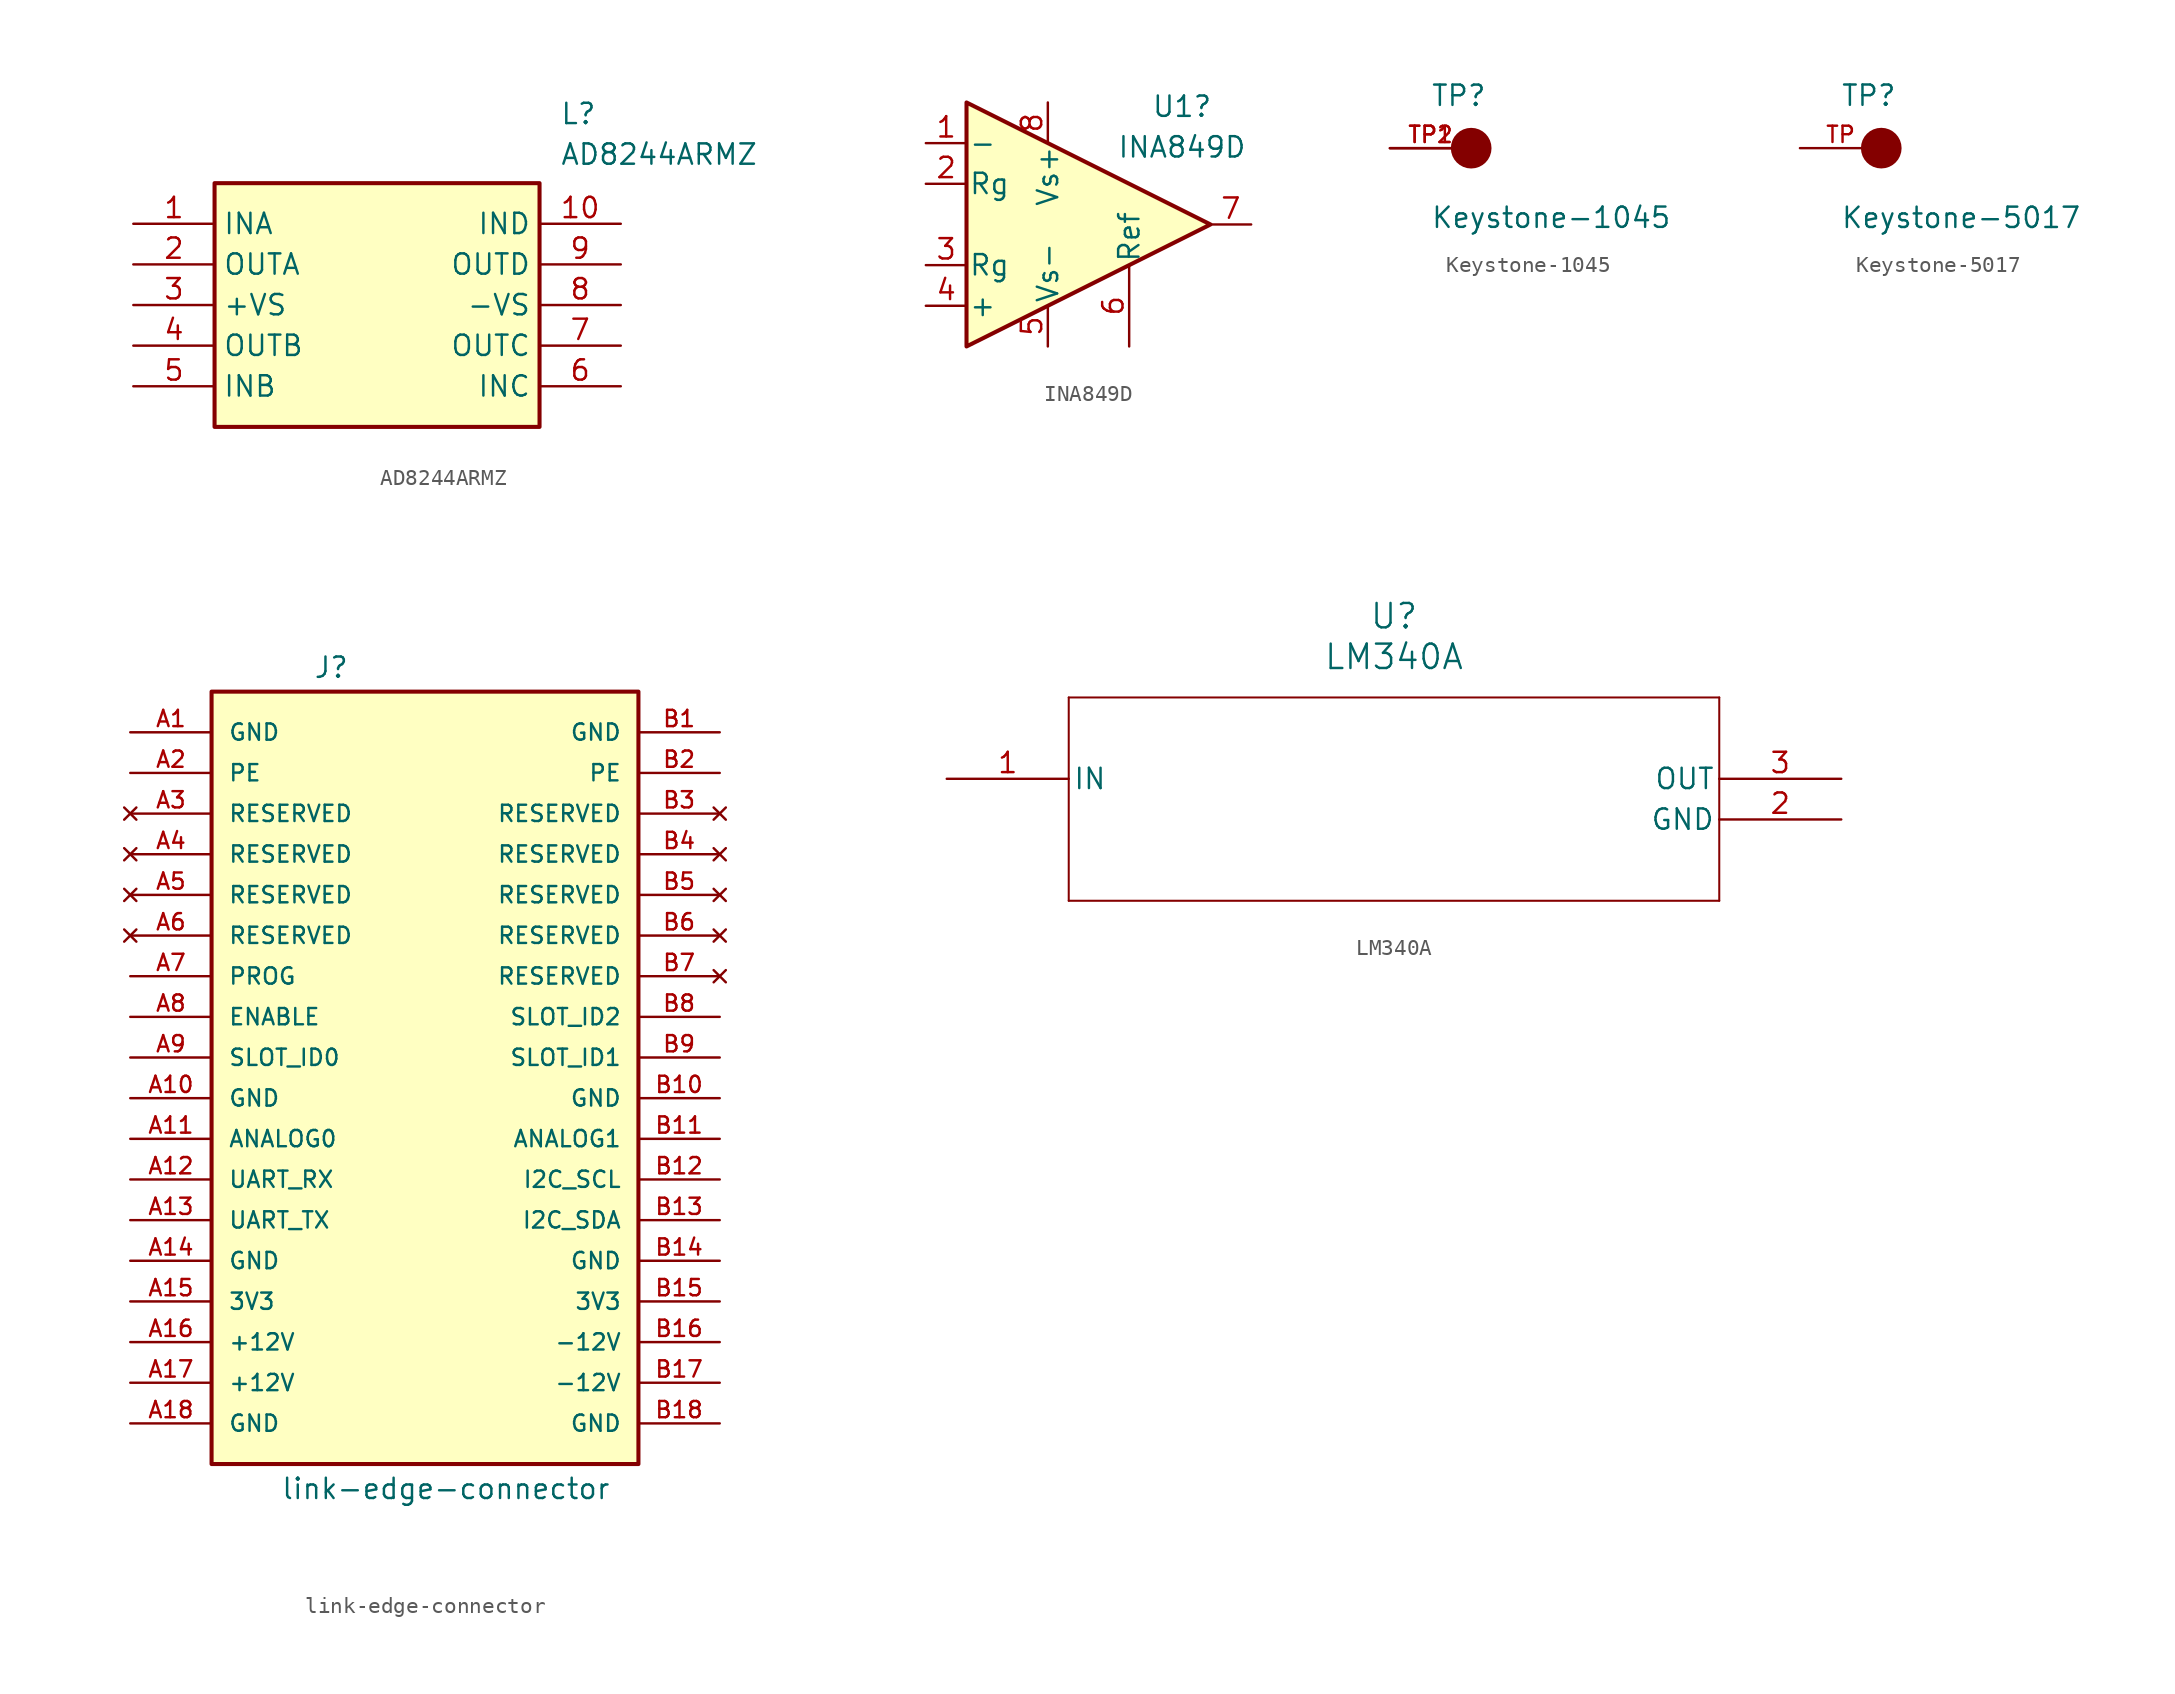
<source format=kicad_sym>
(kicad_symbol_lib
  (version 20241209)
  (generator "kicad_symbol_editor")
  (generator_version "9.0")
  (symbol "AD8244ARMZ"
    (property "Reference" "L"
      (at 26.67 7.62 0)
      (effects (font (size 1.27 1.27)) (justify left top)))
    (property "Value" "AD8244ARMZ"
      (at 26.67 5.08 0)
      (effects (font (size 1.27 1.27)) (justify left top)))
    (symbol "AD8244ARMZ_1_1"
      (rectangle (start 5.08 2.54) (end 25.4 -12.7) (stroke (width 0.254) (type default)) (fill (type background)))
      (pin passive line (at 0 0 0) (length 5.08) (name "INA" (effects (font (size 1.27 1.27)))) (number "1" (effects (font (size 1.27 1.27)))))
      (pin passive line (at 0 -2.54 0) (length 5.08) (name "OUTA" (effects (font (size 1.27 1.27)))) (number "2" (effects (font (size 1.27 1.27)))))
      (pin passive line (at 0 -5.08 0) (length 5.08) (name "+VS" (effects (font (size 1.27 1.27)))) (number "3" (effects (font (size 1.27 1.27)))))
      (pin passive line (at 0 -7.62 0) (length 5.08) (name "OUTB" (effects (font (size 1.27 1.27)))) (number "4" (effects (font (size 1.27 1.27)))))
      (pin passive line (at 0 -10.16 0) (length 5.08) (name "INB" (effects (font (size 1.27 1.27)))) (number "5" (effects (font (size 1.27 1.27)))))
      (pin passive line (at 30.48 0 180) (length 5.08) (name "IND" (effects (font (size 1.27 1.27)))) (number "10" (effects (font (size 1.27 1.27)))))
      (pin passive line (at 30.48 -2.54 180) (length 5.08) (name "OUTD" (effects (font (size 1.27 1.27)))) (number "9" (effects (font (size 1.27 1.27)))))
      (pin passive line (at 30.48 -5.08 180) (length 5.08) (name "-VS" (effects (font (size 1.27 1.27)))) (number "8" (effects (font (size 1.27 1.27)))))
      (pin passive line (at 30.48 -7.62 180) (length 5.08) (name "OUTC" (effects (font (size 1.27 1.27)))) (number "7" (effects (font (size 1.27 1.27)))))
      (pin passive line (at 30.48 -10.16 180) (length 5.08) (name "INC" (effects (font (size 1.27 1.27)))) (number "6" (effects (font (size 1.27 1.27)))))))
  (symbol "INA849D"
    (pin_names
      (offset 0.127))
    (property "Reference" "U1"
      (at 8.382 7.366 0)
      (effects (font (size 1.27 1.27))))
    (property "Value" "INA849D"
      (at 8.382 4.826 0)
      (effects (font (size 1.27 1.27))))
    (symbol "INA849D_0_1"
      (polyline (pts (xy -5.08 7.62) (xy -5.08 -7.62) (xy 10.16 0) (xy -5.08 7.62)) (stroke (width 0.254) (type default)) (fill (type background))))
    (symbol "INA849D_1_1"
      (pin input line (at -7.62 5.08 0) (length 2.54) (name "-" (effects (font (size 1.27 1.27)))) (number "1" (effects (font (size 1.27 1.27)))))
      (pin passive line (at -7.62 2.54 0) (length 2.54) (name "Rg" (effects (font (size 1.27 1.27)))) (number "2" (effects (font (size 1.27 1.27)))))
      (pin passive line (at -7.62 -2.54 0) (length 2.54) (name "Rg" (effects (font (size 1.27 1.27)))) (number "3" (effects (font (size 1.27 1.27)))))
      (pin input line (at -7.62 -5.08 0) (length 2.54) (name "+" (effects (font (size 1.27 1.27)))) (number "4" (effects (font (size 1.27 1.27)))))
      (pin power_in line (at 0 7.62 270) (length 2.54) (name "Vs+" (effects (font (size 1.27 1.27)))) (number "8" (effects (font (size 1.27 1.27)))))
      (pin power_in line (at 0 -7.62 90) (length 2.54) (name "Vs-" (effects (font (size 1.27 1.27)))) (number "5" (effects (font (size 1.27 1.27)))))
      (pin passive line (at 5.08 -7.62 90) (length 5.08) (name "Ref" (effects (font (size 1.27 1.27)))) (number "6" (effects (font (size 1.27 1.27)))))
      (pin output line (at 12.7 0 180) (length 2.54) (name "~" (effects (font (size 1.27 1.27)))) (number "7" (effects (font (size 1.27 1.27)))))))
  (symbol "Keystone-1045"
    (pin_names
      (offset 1.016))
    (property "Reference" "TP"
      (at -2.54 2.54 0)
      (effects (font (size 1.27 1.27)) (justify left bottom)))
    (property "Value" "Keystone-1045"
      (at -2.54 -5.08 0)
      (effects (font (size 1.27 1.27)) (justify left bottom)))
    (symbol "Keystone-1045_0_0"
      (circle (center 0 0) (radius 0.635) (stroke (width 1.27) (type default)) (fill (type none)))
      (pin passive line (at -5.08 0 0) (length 5.08) (name "~" (effects (font (size 1.016 1.016)))) (number "TP1" (effects (font (size 1.016 1.016)))))
      (pin passive line (at -5.08 0 0) (length 5.08) (name "~" (effects (font (size 1.016 1.016)))) (number "TP2" (effects (font (size 1.016 1.016)))))))
  (symbol "Keystone-5017"
    (pin_names
      (offset 1.016))
    (property "Reference" "TP"
      (at -2.544 2.542 0)
      (effects (font (size 1.27 1.27)) (justify left bottom)))
    (property "Value" "Keystone-5017"
      (at -2.55 -5.087 0)
      (effects (font (size 1.27 1.27)) (justify left bottom)))
    (symbol "Keystone-5017_0_0"
      (circle (center 0 0) (radius 0.635) (stroke (width 1.27) (type default)) (fill (type none)))
      (pin passive line (at -5.08 0 0) (length 5.08) (name "~" (effects (font (size 1.016 1.016)))) (number "TP" (effects (font (size 1.016 1.016)))))))
  (symbol "link-edge-connector"
    (pin_names
      (offset 1.016))
    (property "Reference" "J"
      (at -7.62 26.162 0)
      (effects (font (size 1.27 1.27)) (justify left bottom)))
    (property "Value" "link-edge-connector"
      (at -9.652 -25.146 0)
      (effects (font (size 1.27 1.27)) (justify left bottom)))
    (symbol "link-edge-connector_0_0"
      (rectangle (start -13.97 25.4) (end 12.7 -22.86) (stroke (width 0.254) (type default)) (fill (type background))))
    (symbol "link-edge-connector_1_0"
      (pin power_in line (at -19.05 22.86 0) (length 5.08) (name "GND" (effects (font (size 1.016 1.016)))) (number "A1" (effects (font (size 1.016 1.016)))))
      (pin power_in line (at -19.05 20.32 0) (length 5.08) (name "PE" (effects (font (size 1.016 1.016)))) (number "A2" (effects (font (size 1.016 1.016)))))
      (pin no_connect line (at -19.05 17.78 0) (length 5.08) (name "RESERVED" (effects (font (size 1.016 1.016)))) (number "A3" (effects (font (size 1.016 1.016)))))
      (pin no_connect line (at -19.05 15.24 0) (length 5.08) (name "RESERVED" (effects (font (size 1.016 1.016)))) (number "A4" (effects (font (size 1.016 1.016)))))
      (pin no_connect line (at -19.05 12.7 0) (length 5.08) (name "RESERVED" (effects (font (size 1.016 1.016)))) (number "A5" (effects (font (size 1.016 1.016)))))
      (pin no_connect line (at -19.05 10.16 0) (length 5.08) (name "RESERVED" (effects (font (size 1.016 1.016)))) (number "A6" (effects (font (size 1.016 1.016)))))
      (pin output line (at -19.05 7.62 0) (length 5.08) (name "PROG" (effects (font (size 1.016 1.016)))) (number "A7" (effects (font (size 1.016 1.016)))))
      (pin output line (at -19.05 5.08 0) (length 5.08) (name "ENABLE" (effects (font (size 1.016 1.016)))) (number "A8" (effects (font (size 1.016 1.016)))))
      (pin input line (at -19.05 2.54 0) (length 5.08) (name "SLOT_ID0" (effects (font (size 1.016 1.016)))) (number "A9" (effects (font (size 1.016 1.016)))))
      (pin power_in line (at -19.05 0 0) (length 5.08) (name "GND" (effects (font (size 1.016 1.016)))) (number "A10" (effects (font (size 1.016 1.016)))))
      (pin input line (at -19.05 -2.54 0) (length 5.08) (name "ANALOG0" (effects (font (size 1.016 1.016)))) (number "A11" (effects (font (size 1.016 1.016)))))
      (pin output line (at -19.05 -5.08 0) (length 5.08) (name "UART_RX" (effects (font (size 1.016 1.016)))) (number "A12" (effects (font (size 1.016 1.016)))))
      (pin input line (at -19.05 -7.62 0) (length 5.08) (name "UART_TX" (effects (font (size 1.016 1.016)))) (number "A13" (effects (font (size 1.016 1.016)))))
      (pin power_in line (at -19.05 -10.16 0) (length 5.08) (name "GND" (effects (font (size 1.016 1.016)))) (number "A14" (effects (font (size 1.016 1.016)))))
      (pin power_in line (at -19.05 -12.7 0) (length 5.08) (name "3V3" (effects (font (size 1.016 1.016)))) (number "A15" (effects (font (size 1.016 1.016)))))
      (pin power_in line (at -19.05 -15.24 0) (length 5.08) (name "+12V" (effects (font (size 1.016 1.016)))) (number "A16" (effects (font (size 1.016 1.016)))))
      (pin power_in line (at -19.05 -17.78 0) (length 5.08) (name "+12V" (effects (font (size 1.016 1.016)))) (number "A17" (effects (font (size 1.016 1.016)))))
      (pin power_in line (at -19.05 -20.32 0) (length 5.08) (name "GND" (effects (font (size 1.016 1.016)))) (number "A18" (effects (font (size 1.016 1.016)))))
      (pin power_in line (at 17.78 22.86 180) (length 5.08) (name "GND" (effects (font (size 1.016 1.016)))) (number "B1" (effects (font (size 1.016 1.016)))))
      (pin power_in line (at 17.78 20.32 180) (length 5.08) (name "PE" (effects (font (size 1.016 1.016)))) (number "B2" (effects (font (size 1.016 1.016)))))
      (pin no_connect line (at 17.78 17.78 180) (length 5.08) (name "RESERVED" (effects (font (size 1.016 1.016)))) (number "B3" (effects (font (size 1.016 1.016)))))
      (pin no_connect line (at 17.78 15.24 180) (length 5.08) (name "RESERVED" (effects (font (size 1.016 1.016)))) (number "B4" (effects (font (size 1.016 1.016)))))
      (pin no_connect line (at 17.78 12.7 180) (length 5.08) (name "RESERVED" (effects (font (size 1.016 1.016)))) (number "B5" (effects (font (size 1.016 1.016)))))
      (pin no_connect line (at 17.78 10.16 180) (length 5.08) (name "RESERVED" (effects (font (size 1.016 1.016)))) (number "B6" (effects (font (size 1.016 1.016)))))
      (pin no_connect line (at 17.78 7.62 180) (length 5.08) (name "RESERVED" (effects (font (size 1.016 1.016)))) (number "B7" (effects (font (size 1.016 1.016)))))
      (pin input line (at 17.78 5.08 180) (length 5.08) (name "SLOT_ID2" (effects (font (size 1.016 1.016)))) (number "B8" (effects (font (size 1.016 1.016)))))
      (pin input line (at 17.78 2.54 180) (length 5.08) (name "SLOT_ID1" (effects (font (size 1.016 1.016)))) (number "B9" (effects (font (size 1.016 1.016)))))
      (pin power_in line (at 17.78 0 180) (length 5.08) (name "GND" (effects (font (size 1.016 1.016)))) (number "B10" (effects (font (size 1.016 1.016)))))
      (pin input line (at 17.78 -2.54 180) (length 5.08) (name "ANALOG1" (effects (font (size 1.016 1.016)))) (number "B11" (effects (font (size 1.016 1.016)))))
      (pin input line (at 17.78 -5.08 180) (length 5.08) (name "I2C_SCL" (effects (font (size 1.016 1.016)))) (number "B12" (effects (font (size 1.016 1.016)))))
      (pin bidirectional line (at 17.78 -7.62 180) (length 5.08) (name "I2C_SDA" (effects (font (size 1.016 1.016)))) (number "B13" (effects (font (size 1.016 1.016)))))
      (pin power_in line (at 17.78 -10.16 180) (length 5.08) (name "GND" (effects (font (size 1.016 1.016)))) (number "B14" (effects (font (size 1.016 1.016)))))
      (pin power_in line (at 17.78 -12.7 180) (length 5.08) (name "3V3" (effects (font (size 1.016 1.016)))) (number "B15" (effects (font (size 1.016 1.016)))))
      (pin power_in line (at 17.78 -15.24 180) (length 5.08) (name "-12V" (effects (font (size 1.016 1.016)))) (number "B16" (effects (font (size 1.016 1.016)))))
      (pin power_in line (at 17.78 -17.78 180) (length 5.08) (name "-12V" (effects (font (size 1.016 1.016)))) (number "B17" (effects (font (size 1.016 1.016)))))
      (pin power_in line (at 17.78 -20.32 180) (length 5.08) (name "GND" (effects (font (size 1.016 1.016)))) (number "B18" (effects (font (size 1.016 1.016)))))))
  (symbol "LM340A"
    (pin_names
      (offset 0.254))
    (property "Reference" "U"
      (at 27.94 10.16 0)
      (effects (font (size 1.524 1.524))))
    (property "Value" "LM340A"
      (at 27.94 7.62 0)
      (effects (font (size 1.524 1.524))))
    (property "ki_locked" ""
      (at 0 0 0)
      (effects (font (size 1.27 1.27))))
    (symbol "LM340A_0_1"
      (polyline (pts (xy 7.62 5.08) (xy 7.62 -7.62)) (stroke (width 0.127) (type default)) (fill (type none)))
      (polyline (pts (xy 7.62 -7.62) (xy 48.26 -7.62)) (stroke (width 0.127) (type default)) (fill (type none)))
      (polyline (pts (xy 48.26 5.08) (xy 7.62 5.08)) (stroke (width 0.127) (type default)) (fill (type none)))
      (polyline (pts (xy 48.26 -7.62) (xy 48.26 5.08)) (stroke (width 0.127) (type default)) (fill (type none)))
      (pin power_in line (at 0 0 0) (length 7.62) (name "IN" (effects (font (size 1.27 1.27)))) (number "1" (effects (font (size 1.27 1.27)))))
      (pin power_in line (at 55.88 0 180) (length 7.62) (name "OUT" (effects (font (size 1.27 1.27)))) (number "3" (effects (font (size 1.27 1.27)))))
      (pin power_in line (at 55.88 -2.54 180) (length 7.62) (name "GND" (effects (font (size 1.27 1.27)))) (number "2" (effects (font (size 1.27 1.27))))))))
</source>
